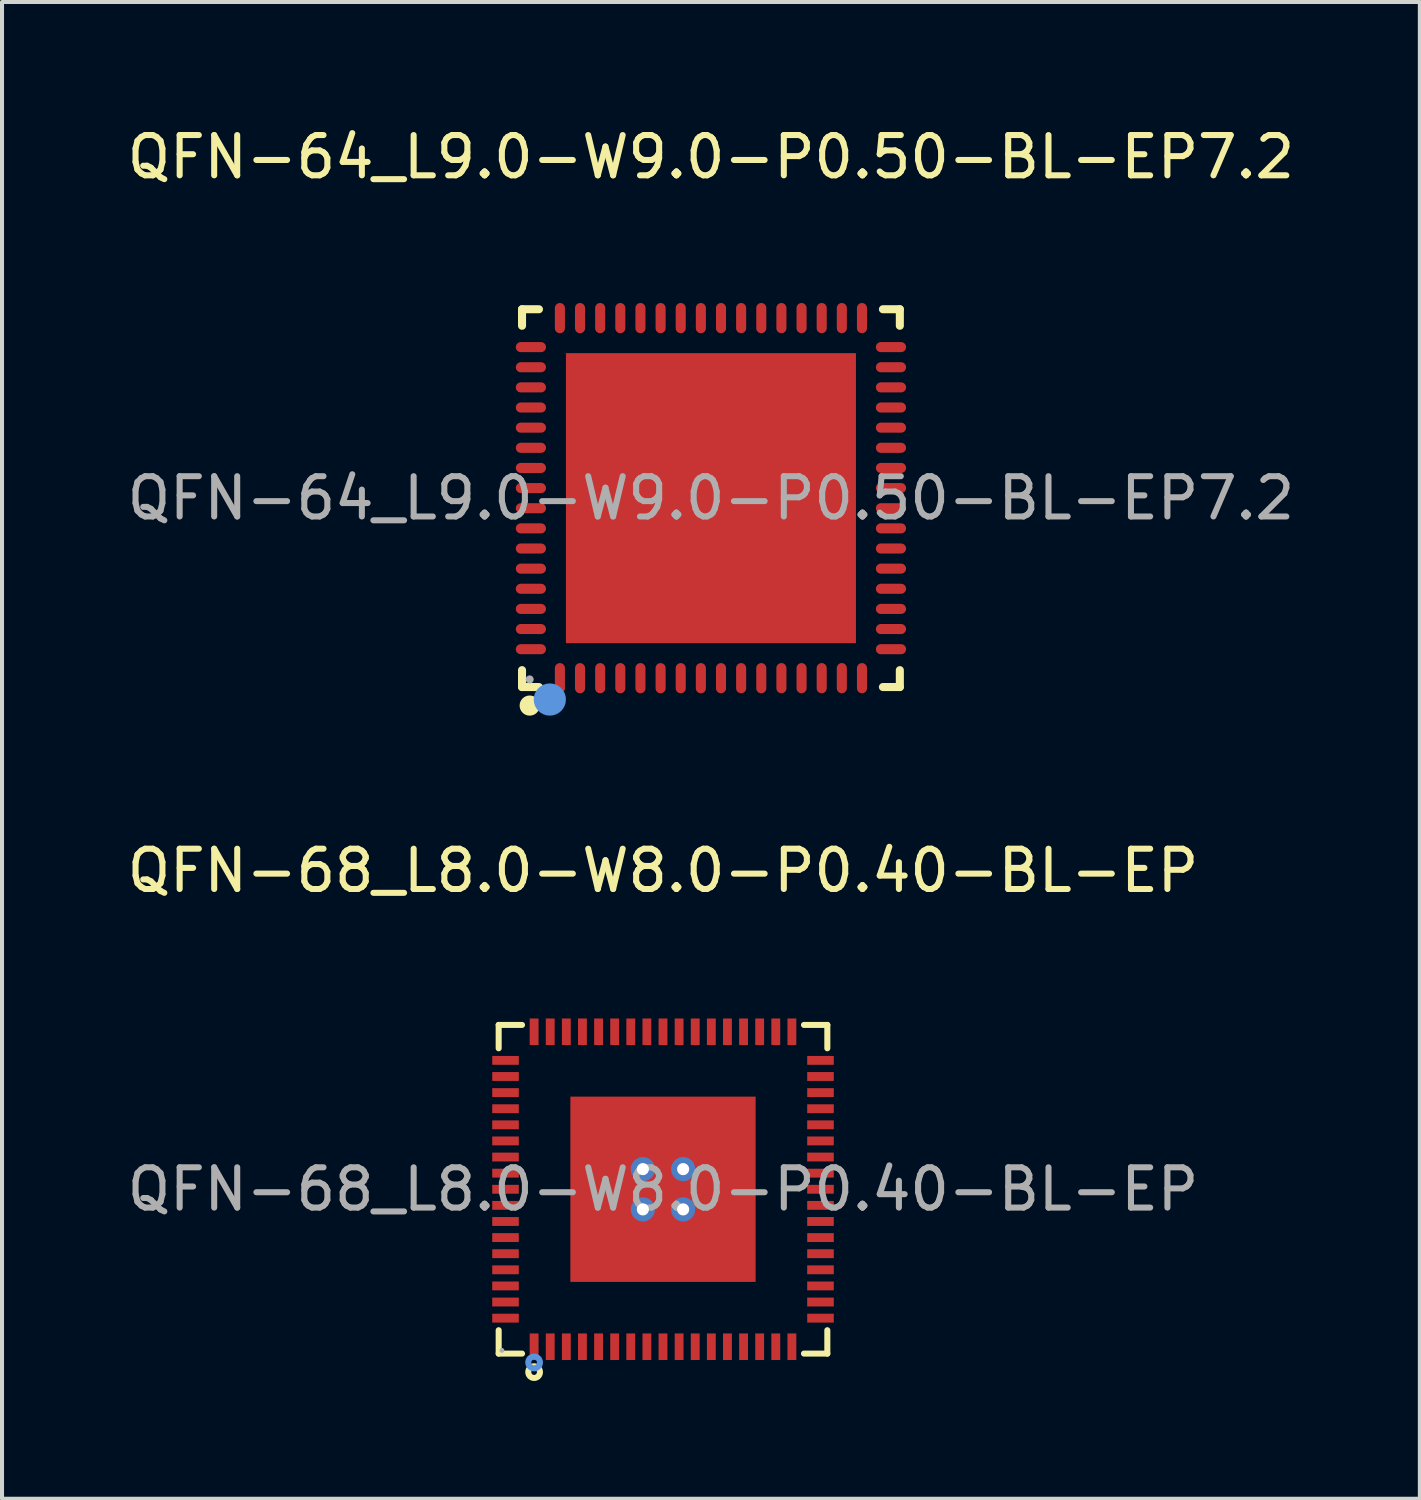
<source format=kicad_pcb>
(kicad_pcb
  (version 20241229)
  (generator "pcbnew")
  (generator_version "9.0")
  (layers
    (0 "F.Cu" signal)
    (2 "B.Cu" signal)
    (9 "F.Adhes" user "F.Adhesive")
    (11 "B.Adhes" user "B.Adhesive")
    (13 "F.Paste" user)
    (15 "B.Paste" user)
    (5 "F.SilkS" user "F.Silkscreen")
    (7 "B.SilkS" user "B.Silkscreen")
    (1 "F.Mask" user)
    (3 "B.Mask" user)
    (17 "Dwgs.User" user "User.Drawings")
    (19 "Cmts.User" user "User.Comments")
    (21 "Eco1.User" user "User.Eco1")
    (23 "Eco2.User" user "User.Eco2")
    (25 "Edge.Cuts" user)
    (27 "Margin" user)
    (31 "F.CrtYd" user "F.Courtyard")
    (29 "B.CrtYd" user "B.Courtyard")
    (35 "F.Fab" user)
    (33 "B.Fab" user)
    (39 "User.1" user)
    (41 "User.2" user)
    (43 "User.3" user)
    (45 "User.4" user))
  (footprint "QFN-64_L9.0-W9.0-P0.50-BL-EP7.2"
    (layer "F.Cu")
    (at 14.601 9.318)
    (property "Reference" "QFN-64_L9.0-W9.0-P0.50-BL-EP7.2" (at 0 -8.47 0) (layer "F.SilkS") (effects (font (size 1 1) (thickness 0.15))))
    (attr through_hole)
    (fp_line (start -4.69 -4.69) (end -4.27 -4.69) (stroke (width 0.2) (type solid)) (layer "F.SilkS"))
    (fp_line (start -4.69 -4.28) (end -4.69 -4.69) (stroke (width 0.2) (type solid)) (layer "F.SilkS"))
    (fp_line (start -4.69 4.69) (end -4.69 4.27) (stroke (width 0.2) (type solid)) (layer "F.SilkS"))
    (fp_line (start -4.27 4.69) (end -4.69 4.69) (stroke (width 0.2) (type solid)) (layer "F.SilkS"))
    (fp_line (start 4.27 4.69) (end 4.69 4.69) (stroke (width 0.2) (type solid)) (layer "F.SilkS"))
    (fp_line (start 4.69 -4.69) (end 4.27 -4.69) (stroke (width 0.2) (type solid)) (layer "F.SilkS"))
    (fp_line (start 4.69 -4.28) (end 4.69 -4.69) (stroke (width 0.2) (type solid)) (layer "F.SilkS"))
    (fp_line (start 4.69 4.69) (end 4.69 4.27) (stroke (width 0.2) (type solid)) (layer "F.SilkS"))
    (fp_arc (start -4.5 5.15) (mid -4.5 5.15) (end -4.5 5.15) (stroke (width 0.25) (type solid)) (layer "F.SilkS"))
    (fp_circle (center -4 5) (end -3.8 5) (stroke (width 0.4) (type solid)) (fill no) (layer "Cmts.User"))
    (fp_circle (center -4.5 4.5) (end -4.45 4.5) (stroke (width 0.1) (type solid)) (fill no) (layer "F.Fab"))
    (fp_text user "${REFERENCE}" (at 0 0 0) (layer "F.Fab") (effects (font (size 1 1) (thickness 0.15))))
    (pad "1" smd oval (at -3.75 4.47) (size 0.25 0.75) (layers "F.Cu" "F.Mask" "F.Paste"))
    (pad "2" smd oval (at -3.25 4.47) (size 0.25 0.75) (layers "F.Cu" "F.Mask" "F.Paste"))
    (pad "3" smd oval (at -2.75 4.47) (size 0.25 0.75) (layers "F.Cu" "F.Mask" "F.Paste"))
    (pad "4" smd oval (at -2.25 4.47) (size 0.25 0.75) (layers "F.Cu" "F.Mask" "F.Paste"))
    (pad "5" smd oval (at -1.75 4.47) (size 0.25 0.75) (layers "F.Cu" "F.Mask" "F.Paste"))
    (pad "6" smd oval (at -1.25 4.47) (size 0.25 0.75) (layers "F.Cu" "F.Mask" "F.Paste"))
    (pad "7" smd oval (at -0.75 4.47) (size 0.25 0.75) (layers "F.Cu" "F.Mask" "F.Paste"))
    (pad "8" smd oval (at -0.25 4.47) (size 0.25 0.75) (layers "F.Cu" "F.Mask" "F.Paste"))
    (pad "9" smd oval (at 0.25 4.47) (size 0.25 0.75) (layers "F.Cu" "F.Mask" "F.Paste"))
    (pad "10" smd oval (at 0.75 4.47) (size 0.25 0.75) (layers "F.Cu" "F.Mask" "F.Paste"))
    (pad "11" smd oval (at 1.25 4.47) (size 0.25 0.75) (layers "F.Cu" "F.Mask" "F.Paste"))
    (pad "12" smd oval (at 1.75 4.47) (size 0.25 0.75) (layers "F.Cu" "F.Mask" "F.Paste"))
    (pad "13" smd oval (at 2.25 4.47) (size 0.25 0.75) (layers "F.Cu" "F.Mask" "F.Paste"))
    (pad "14" smd oval (at 2.75 4.47) (size 0.25 0.75) (layers "F.Cu" "F.Mask" "F.Paste"))
    (pad "15" smd oval (at 3.25 4.47) (size 0.25 0.75) (layers "F.Cu" "F.Mask" "F.Paste"))
    (pad "16" smd oval (at 3.75 4.47) (size 0.25 0.75) (layers "F.Cu" "F.Mask" "F.Paste"))
    (pad "17" smd oval (at 4.47 3.75) (size 0.75 0.25) (layers "F.Cu" "F.Mask" "F.Paste"))
    (pad "18" smd oval (at 4.47 3.25) (size 0.75 0.25) (layers "F.Cu" "F.Mask" "F.Paste"))
    (pad "19" smd oval (at 4.47 2.75) (size 0.75 0.25) (layers "F.Cu" "F.Mask" "F.Paste"))
    (pad "20" smd oval (at 4.47 2.25) (size 0.75 0.25) (layers "F.Cu" "F.Mask" "F.Paste"))
    (pad "21" smd oval (at 4.47 1.75) (size 0.75 0.25) (layers "F.Cu" "F.Mask" "F.Paste"))
    (pad "22" smd oval (at 4.47 1.25) (size 0.75 0.25) (layers "F.Cu" "F.Mask" "F.Paste"))
    (pad "23" smd oval (at 4.47 0.75) (size 0.75 0.25) (layers "F.Cu" "F.Mask" "F.Paste"))
    (pad "24" smd oval (at 4.47 0.25) (size 0.75 0.25) (layers "F.Cu" "F.Mask" "F.Paste"))
    (pad "25" smd oval (at 4.47 -0.25) (size 0.75 0.25) (layers "F.Cu" "F.Mask" "F.Paste"))
    (pad "26" smd oval (at 4.47 -0.75) (size 0.75 0.25) (layers "F.Cu" "F.Mask" "F.Paste"))
    (pad "27" smd oval (at 4.47 -1.25) (size 0.75 0.25) (layers "F.Cu" "F.Mask" "F.Paste"))
    (pad "28" smd oval (at 4.47 -1.75) (size 0.75 0.25) (layers "F.Cu" "F.Mask" "F.Paste"))
    (pad "29" smd oval (at 4.47 -2.25) (size 0.75 0.25) (layers "F.Cu" "F.Mask" "F.Paste"))
    (pad "30" smd oval (at 4.47 -2.75) (size 0.75 0.25) (layers "F.Cu" "F.Mask" "F.Paste"))
    (pad "31" smd oval (at 4.47 -3.25) (size 0.75 0.25) (layers "F.Cu" "F.Mask" "F.Paste"))
    (pad "32" smd oval (at 4.47 -3.75) (size 0.75 0.25) (layers "F.Cu" "F.Mask" "F.Paste"))
    (pad "33" smd oval (at 3.75 -4.47) (size 0.25 0.75) (layers "F.Cu" "F.Mask" "F.Paste"))
    (pad "34" smd oval (at 3.25 -4.47) (size 0.25 0.75) (layers "F.Cu" "F.Mask" "F.Paste"))
    (pad "35" smd oval (at 2.75 -4.47) (size 0.25 0.75) (layers "F.Cu" "F.Mask" "F.Paste"))
    (pad "36" smd oval (at 2.25 -4.47) (size 0.25 0.75) (layers "F.Cu" "F.Mask" "F.Paste"))
    (pad "37" smd oval (at 1.75 -4.47) (size 0.25 0.75) (layers "F.Cu" "F.Mask" "F.Paste"))
    (pad "38" smd oval (at 1.25 -4.47) (size 0.25 0.75) (layers "F.Cu" "F.Mask" "F.Paste"))
    (pad "39" smd oval (at 0.75 -4.47) (size 0.25 0.75) (layers "F.Cu" "F.Mask" "F.Paste"))
    (pad "40" smd oval (at 0.25 -4.47) (size 0.25 0.75) (layers "F.Cu" "F.Mask" "F.Paste"))
    (pad "41" smd oval (at -0.25 -4.47) (size 0.25 0.75) (layers "F.Cu" "F.Mask" "F.Paste"))
    (pad "42" smd oval (at -0.75 -4.47) (size 0.25 0.75) (layers "F.Cu" "F.Mask" "F.Paste"))
    (pad "43" smd oval (at -1.25 -4.47) (size 0.25 0.75) (layers "F.Cu" "F.Mask" "F.Paste"))
    (pad "44" smd oval (at -1.75 -4.47) (size 0.25 0.75) (layers "F.Cu" "F.Mask" "F.Paste"))
    (pad "45" smd oval (at -2.25 -4.47) (size 0.25 0.75) (layers "F.Cu" "F.Mask" "F.Paste"))
    (pad "46" smd oval (at -2.75 -4.47) (size 0.25 0.75) (layers "F.Cu" "F.Mask" "F.Paste"))
    (pad "47" smd oval (at -3.25 -4.47) (size 0.25 0.75) (layers "F.Cu" "F.Mask" "F.Paste"))
    (pad "48" smd oval (at -3.75 -4.47) (size 0.25 0.75) (layers "F.Cu" "F.Mask" "F.Paste"))
    (pad "49" smd oval (at -4.47 -3.75) (size 0.75 0.25) (layers "F.Cu" "F.Mask" "F.Paste"))
    (pad "50" smd oval (at -4.47 -3.25) (size 0.75 0.25) (layers "F.Cu" "F.Mask" "F.Paste"))
    (pad "51" smd oval (at -4.47 -2.75) (size 0.75 0.25) (layers "F.Cu" "F.Mask" "F.Paste"))
    (pad "52" smd oval (at -4.47 -2.25) (size 0.75 0.25) (layers "F.Cu" "F.Mask" "F.Paste"))
    (pad "53" smd oval (at -4.47 -1.75) (size 0.75 0.25) (layers "F.Cu" "F.Mask" "F.Paste"))
    (pad "54" smd oval (at -4.47 -1.25) (size 0.75 0.25) (layers "F.Cu" "F.Mask" "F.Paste"))
    (pad "55" smd oval (at -4.47 -0.75) (size 0.75 0.25) (layers "F.Cu" "F.Mask" "F.Paste"))
    (pad "56" smd oval (at -4.47 -0.25) (size 0.75 0.25) (layers "F.Cu" "F.Mask" "F.Paste"))
    (pad "57" smd oval (at -4.47 0.25) (size 0.75 0.25) (layers "F.Cu" "F.Mask" "F.Paste"))
    (pad "58" smd oval (at -4.47 0.75) (size 0.75 0.25) (layers "F.Cu" "F.Mask" "F.Paste"))
    (pad "59" smd oval (at -4.47 1.25) (size 0.75 0.25) (layers "F.Cu" "F.Mask" "F.Paste"))
    (pad "60" smd oval (at -4.47 1.75) (size 0.75 0.25) (layers "F.Cu" "F.Mask" "F.Paste"))
    (pad "61" smd oval (at -4.47 2.25) (size 0.75 0.25) (layers "F.Cu" "F.Mask" "F.Paste"))
    (pad "62" smd oval (at -4.47 2.75) (size 0.75 0.25) (layers "F.Cu" "F.Mask" "F.Paste"))
    (pad "63" smd oval (at -4.47 3.25) (size 0.75 0.25) (layers "F.Cu" "F.Mask" "F.Paste"))
    (pad "64" smd oval (at -4.47 3.75) (size 0.75 0.25) (layers "F.Cu" "F.Mask" "F.Paste"))
    (pad "65" smd rect (at 0 0) (size 7.2 7.2) (layers "F.Cu" "F.Mask" "F.Paste")))
  (footprint "QFN-68_L8.0-W8.0-P0.40-BL-EP"
    (layer "F.Cu")
    (at 13.411 26.477)
    (property "Reference" "QFN-68_L8.0-W8.0-P0.40-BL-EP" (at 0 -7.91 0) (layer "F.SilkS") (effects (font (size 1 1) (thickness 0.15))))
    (attr through_hole)
    (fp_line (start -4.08 -4.08) (end -3.5 -4.08) (stroke (width 0.15) (type solid)) (layer "F.SilkS"))
    (fp_line (start -4.08 -3.5) (end -4.08 -4.08) (stroke (width 0.15) (type solid)) (layer "F.SilkS"))
    (fp_line (start -4.08 3.5) (end -4.08 4.08) (stroke (width 0.15) (type solid)) (layer "F.SilkS"))
    (fp_line (start -4.08 4.08) (end -3.5 4.08) (stroke (width 0.15) (type solid)) (layer "F.SilkS"))
    (fp_line (start 4.08 -4.08) (end 3.5 -4.08) (stroke (width 0.15) (type solid)) (layer "F.SilkS"))
    (fp_line (start 4.08 -3.5) (end 4.08 -4.08) (stroke (width 0.15) (type solid)) (layer "F.SilkS"))
    (fp_line (start 4.08 3.5) (end 4.08 4.08) (stroke (width 0.15) (type solid)) (layer "F.SilkS"))
    (fp_line (start 4.08 4.08) (end 3.5 4.08) (stroke (width 0.15) (type solid)) (layer "F.SilkS"))
    (fp_circle (center -3.2 4.54) (end -3.13 4.54) (stroke (width 0.15) (type solid)) (fill no) (layer "F.SilkS"))
    (fp_circle (center -3.2 4.3) (end -3.13 4.3) (stroke (width 0.15) (type solid)) (fill no) (layer "Cmts.User"))
    (fp_circle (center -4 4) (end -3.97 4) (stroke (width 0.06) (type solid)) (fill no) (layer "F.Fab"))
    (fp_text user "${REFERENCE}" (at 0 0 0) (layer "F.Fab") (effects (font (size 1 1) (thickness 0.15))))
    (pad "1" smd rect (at -3.2 3.91) (size 0.22 0.66) (layers "F.Cu" "F.Mask" "F.Paste"))
    (pad "2" smd rect (at -2.8 3.91) (size 0.22 0.66) (layers "F.Cu" "F.Mask" "F.Paste"))
    (pad "3" smd rect (at -2.4 3.91) (size 0.22 0.66) (layers "F.Cu" "F.Mask" "F.Paste"))
    (pad "4" smd rect (at -2 3.91) (size 0.22 0.66) (layers "F.Cu" "F.Mask" "F.Paste"))
    (pad "5" smd rect (at -1.6 3.91) (size 0.22 0.66) (layers "F.Cu" "F.Mask" "F.Paste"))
    (pad "6" smd rect (at -1.2 3.91) (size 0.22 0.66) (layers "F.Cu" "F.Mask" "F.Paste"))
    (pad "7" smd rect (at -0.8 3.91) (size 0.22 0.66) (layers "F.Cu" "F.Mask" "F.Paste"))
    (pad "8" smd rect (at -0.4 3.91) (size 0.22 0.66) (layers "F.Cu" "F.Mask" "F.Paste"))
    (pad "9" smd rect (at 0 3.91) (size 0.22 0.66) (layers "F.Cu" "F.Mask" "F.Paste"))
    (pad "10" smd rect (at 0.4 3.91) (size 0.22 0.66) (layers "F.Cu" "F.Mask" "F.Paste"))
    (pad "11" smd rect (at 0.8 3.91) (size 0.22 0.66) (layers "F.Cu" "F.Mask" "F.Paste"))
    (pad "12" smd rect (at 1.2 3.91) (size 0.22 0.66) (layers "F.Cu" "F.Mask" "F.Paste"))
    (pad "13" smd rect (at 1.6 3.91) (size 0.22 0.66) (layers "F.Cu" "F.Mask" "F.Paste"))
    (pad "14" smd rect (at 2 3.91) (size 0.22 0.66) (layers "F.Cu" "F.Mask" "F.Paste"))
    (pad "15" smd rect (at 2.4 3.91) (size 0.22 0.66) (layers "F.Cu" "F.Mask" "F.Paste"))
    (pad "16" smd rect (at 2.8 3.91) (size 0.22 0.66) (layers "F.Cu" "F.Mask" "F.Paste"))
    (pad "17" smd rect (at 3.2 3.91) (size 0.22 0.66) (layers "F.Cu" "F.Mask" "F.Paste"))
    (pad "18" smd rect (at 3.91 3.2) (size 0.66 0.22) (layers "F.Cu" "F.Mask" "F.Paste"))
    (pad "19" smd rect (at 3.91 2.8) (size 0.66 0.22) (layers "F.Cu" "F.Mask" "F.Paste"))
    (pad "20" smd rect (at 3.91 2.4) (size 0.66 0.22) (layers "F.Cu" "F.Mask" "F.Paste"))
    (pad "21" smd rect (at 3.91 2) (size 0.66 0.22) (layers "F.Cu" "F.Mask" "F.Paste"))
    (pad "22" smd rect (at 3.91 1.6) (size 0.66 0.22) (layers "F.Cu" "F.Mask" "F.Paste"))
    (pad "23" smd rect (at 3.91 1.2) (size 0.66 0.22) (layers "F.Cu" "F.Mask" "F.Paste"))
    (pad "24" smd rect (at 3.91 0.8) (size 0.66 0.22) (layers "F.Cu" "F.Mask" "F.Paste"))
    (pad "25" smd rect (at 3.91 0.4) (size 0.66 0.22) (layers "F.Cu" "F.Mask" "F.Paste"))
    (pad "26" smd rect (at 3.91 0) (size 0.66 0.22) (layers "F.Cu" "F.Mask" "F.Paste"))
    (pad "27" smd rect (at 3.91 -0.4) (size 0.66 0.22) (layers "F.Cu" "F.Mask" "F.Paste"))
    (pad "28" smd rect (at 3.91 -0.8) (size 0.66 0.22) (layers "F.Cu" "F.Mask" "F.Paste"))
    (pad "29" smd rect (at 3.91 -1.2) (size 0.66 0.22) (layers "F.Cu" "F.Mask" "F.Paste"))
    (pad "30" smd rect (at 3.91 -1.6) (size 0.66 0.22) (layers "F.Cu" "F.Mask" "F.Paste"))
    (pad "31" smd rect (at 3.91 -2) (size 0.66 0.22) (layers "F.Cu" "F.Mask" "F.Paste"))
    (pad "32" smd rect (at 3.91 -2.4) (size 0.66 0.22) (layers "F.Cu" "F.Mask" "F.Paste"))
    (pad "33" smd rect (at 3.91 -2.8) (size 0.66 0.22) (layers "F.Cu" "F.Mask" "F.Paste"))
    (pad "34" smd rect (at 3.91 -3.2) (size 0.66 0.22) (layers "F.Cu" "F.Mask" "F.Paste"))
    (pad "35" smd rect (at 3.2 -3.91) (size 0.22 0.66) (layers "F.Cu" "F.Mask" "F.Paste"))
    (pad "36" smd rect (at 2.8 -3.91) (size 0.22 0.66) (layers "F.Cu" "F.Mask" "F.Paste"))
    (pad "37" smd rect (at 2.4 -3.91) (size 0.22 0.66) (layers "F.Cu" "F.Mask" "F.Paste"))
    (pad "38" smd rect (at 2 -3.91) (size 0.22 0.66) (layers "F.Cu" "F.Mask" "F.Paste"))
    (pad "39" smd rect (at 1.6 -3.91) (size 0.22 0.66) (layers "F.Cu" "F.Mask" "F.Paste"))
    (pad "40" smd rect (at 1.2 -3.91) (size 0.22 0.66) (layers "F.Cu" "F.Mask" "F.Paste"))
    (pad "41" smd rect (at 0.8 -3.91) (size 0.22 0.66) (layers "F.Cu" "F.Mask" "F.Paste"))
    (pad "42" smd rect (at 0.4 -3.91) (size 0.22 0.66) (layers "F.Cu" "F.Mask" "F.Paste"))
    (pad "43" smd rect (at 0 -3.91) (size 0.22 0.66) (layers "F.Cu" "F.Mask" "F.Paste"))
    (pad "44" smd rect (at -0.4 -3.91) (size 0.22 0.66) (layers "F.Cu" "F.Mask" "F.Paste"))
    (pad "45" smd rect (at -0.8 -3.91) (size 0.22 0.66) (layers "F.Cu" "F.Mask" "F.Paste"))
    (pad "46" smd rect (at -1.2 -3.91) (size 0.22 0.66) (layers "F.Cu" "F.Mask" "F.Paste"))
    (pad "47" smd rect (at -1.6 -3.91) (size 0.22 0.66) (layers "F.Cu" "F.Mask" "F.Paste"))
    (pad "48" smd rect (at -2 -3.91) (size 0.22 0.66) (layers "F.Cu" "F.Mask" "F.Paste"))
    (pad "49" smd rect (at -2.4 -3.91) (size 0.22 0.66) (layers "F.Cu" "F.Mask" "F.Paste"))
    (pad "50" smd rect (at -2.8 -3.91) (size 0.22 0.66) (layers "F.Cu" "F.Mask" "F.Paste"))
    (pad "51" smd rect (at -3.2 -3.91) (size 0.22 0.66) (layers "F.Cu" "F.Mask" "F.Paste"))
    (pad "52" smd rect (at -3.91 -3.2) (size 0.66 0.22) (layers "F.Cu" "F.Mask" "F.Paste"))
    (pad "53" smd rect (at -3.91 -2.8) (size 0.66 0.22) (layers "F.Cu" "F.Mask" "F.Paste"))
    (pad "54" smd rect (at -3.91 -2.4) (size 0.66 0.22) (layers "F.Cu" "F.Mask" "F.Paste"))
    (pad "55" smd rect (at -3.91 -2) (size 0.66 0.22) (layers "F.Cu" "F.Mask" "F.Paste"))
    (pad "56" smd rect (at -3.91 -1.6) (size 0.66 0.22) (layers "F.Cu" "F.Mask" "F.Paste"))
    (pad "57" smd rect (at -3.91 -1.2) (size 0.66 0.22) (layers "F.Cu" "F.Mask" "F.Paste"))
    (pad "58" smd rect (at -3.91 -0.8) (size 0.66 0.22) (layers "F.Cu" "F.Mask" "F.Paste"))
    (pad "59" smd rect (at -3.91 -0.4) (size 0.66 0.22) (layers "F.Cu" "F.Mask" "F.Paste"))
    (pad "60" smd rect (at -3.91 0) (size 0.66 0.22) (layers "F.Cu" "F.Mask" "F.Paste"))
    (pad "61" smd rect (at -3.91 0.4) (size 0.66 0.22) (layers "F.Cu" "F.Mask" "F.Paste"))
    (pad "62" smd rect (at -3.91 0.8) (size 0.66 0.22) (layers "F.Cu" "F.Mask" "F.Paste"))
    (pad "63" smd rect (at -3.91 1.2) (size 0.66 0.22) (layers "F.Cu" "F.Mask" "F.Paste"))
    (pad "64" smd rect (at -3.91 1.6) (size 0.66 0.22) (layers "F.Cu" "F.Mask" "F.Paste"))
    (pad "65" smd rect (at -3.91 2) (size 0.66 0.22) (layers "F.Cu" "F.Mask" "F.Paste"))
    (pad "66" smd rect (at -3.91 2.4) (size 0.66 0.22) (layers "F.Cu" "F.Mask" "F.Paste"))
    (pad "67" smd rect (at -3.91 2.8) (size 0.66 0.22) (layers "F.Cu" "F.Mask" "F.Paste"))
    (pad "68" smd rect (at -3.91 3.2) (size 0.66 0.22) (layers "F.Cu" "F.Mask" "F.Paste"))
    (pad "69" thru_hole circle (at -0.5 -0.5) (size 0.6 0.6) (drill 0.3) (layers "*.Cu" "*.Paste" "*.Mask"))
    (pad "69" thru_hole circle (at -0.5 0.5) (size 0.6 0.6) (drill 0.3) (layers "*.Cu" "*.Paste" "*.Mask"))
    (pad "69" smd rect (at 0 0) (size 4.6 4.6) (layers "F.Cu" "F.Mask" "F.Paste"))
    (pad "69" thru_hole circle (at 0.5 -0.5) (size 0.6 0.6) (drill 0.3) (layers "*.Cu" "*.Paste" "*.Mask"))
    (pad "69" thru_hole circle (at 0.5 0.5) (size 0.6 0.6) (drill 0.3) (layers "*.Cu" "*.Paste" "*.Mask")))
  (gr_rect
    (start -3 -3)
    (end 32.202 34.161)
    (stroke (width 0.1) (type default))
    (fill no)
    (layer "Edge.Cuts")))
</source>
